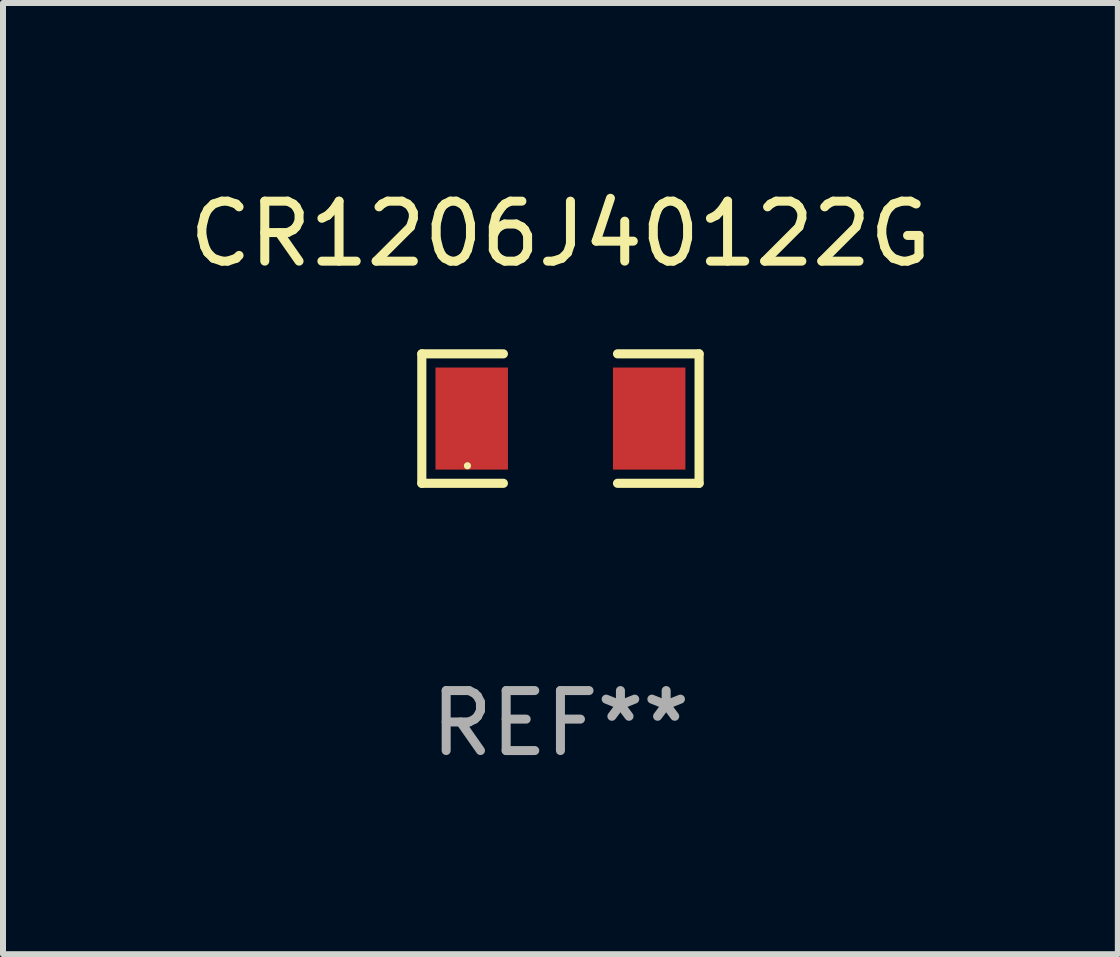
<source format=kicad_pcb>
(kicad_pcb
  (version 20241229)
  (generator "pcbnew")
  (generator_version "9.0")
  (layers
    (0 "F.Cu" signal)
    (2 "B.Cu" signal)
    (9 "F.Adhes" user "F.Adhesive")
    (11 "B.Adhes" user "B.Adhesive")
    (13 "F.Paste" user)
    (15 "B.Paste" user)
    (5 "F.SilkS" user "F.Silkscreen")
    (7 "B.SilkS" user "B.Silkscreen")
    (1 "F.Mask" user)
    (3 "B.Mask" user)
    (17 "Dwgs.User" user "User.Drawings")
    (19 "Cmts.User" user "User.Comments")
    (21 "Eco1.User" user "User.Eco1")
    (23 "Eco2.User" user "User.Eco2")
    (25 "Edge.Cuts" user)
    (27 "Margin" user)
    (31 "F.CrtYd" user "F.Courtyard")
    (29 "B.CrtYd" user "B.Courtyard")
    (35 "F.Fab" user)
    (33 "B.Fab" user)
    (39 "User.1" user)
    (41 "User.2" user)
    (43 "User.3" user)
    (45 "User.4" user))
  (footprint "CR1206J40122G"
    (layer "F.Cu")
    (at 6.292 3.927)
    (property "Reference" "CR1206J40122G" (at 0 -3.079 0) (layer "F.SilkS") (effects (font (size 1 1) (thickness 0.15))))
    (attr through_hole)
    (fp_line (start -2.311 -1.079) (end -0.951 -1.079) (stroke (width 0.152) (type solid)) (layer "F.SilkS"))
    (fp_line (start -2.311 1.079) (end -2.311 -1.079) (stroke (width 0.152) (type solid)) (layer "F.SilkS"))
    (fp_line (start -0.951 1.079) (end -2.311 1.079) (stroke (width 0.152) (type solid)) (layer "F.SilkS"))
    (fp_line (start 0.951 1.079) (end 2.311 1.079) (stroke (width 0.152) (type solid)) (layer "F.SilkS"))
    (fp_line (start 2.311 -1.079) (end 0.951 -1.079) (stroke (width 0.152) (type solid)) (layer "F.SilkS"))
    (fp_line (start 2.311 1.079) (end 2.311 -1.079) (stroke (width 0.152) (type solid)) (layer "F.SilkS"))
    (fp_circle (center -1.55 0.787) (end -1.52 0.787) (stroke (width 0.06) (type solid)) (fill no) (layer "F.SilkS"))
    (fp_text user "REF**" (at 0 5.079 0) (layer "F.Fab") (effects (font (size 1 1) (thickness 0.15))))
    (pad "1" smd rect (at -1.479 0) (size 1.208 1.701) (layers "F.Cu" "F.Mask" "F.Paste"))
    (pad "2" smd rect (at 1.479 0) (size 1.208 1.701) (layers "F.Cu" "F.Mask" "F.Paste")))
  (gr_rect
    (start -3 -3)
    (end 15.583 12.855)
    (stroke (width 0.1) (type default))
    (fill no)
    (layer "Edge.Cuts")))
</source>
